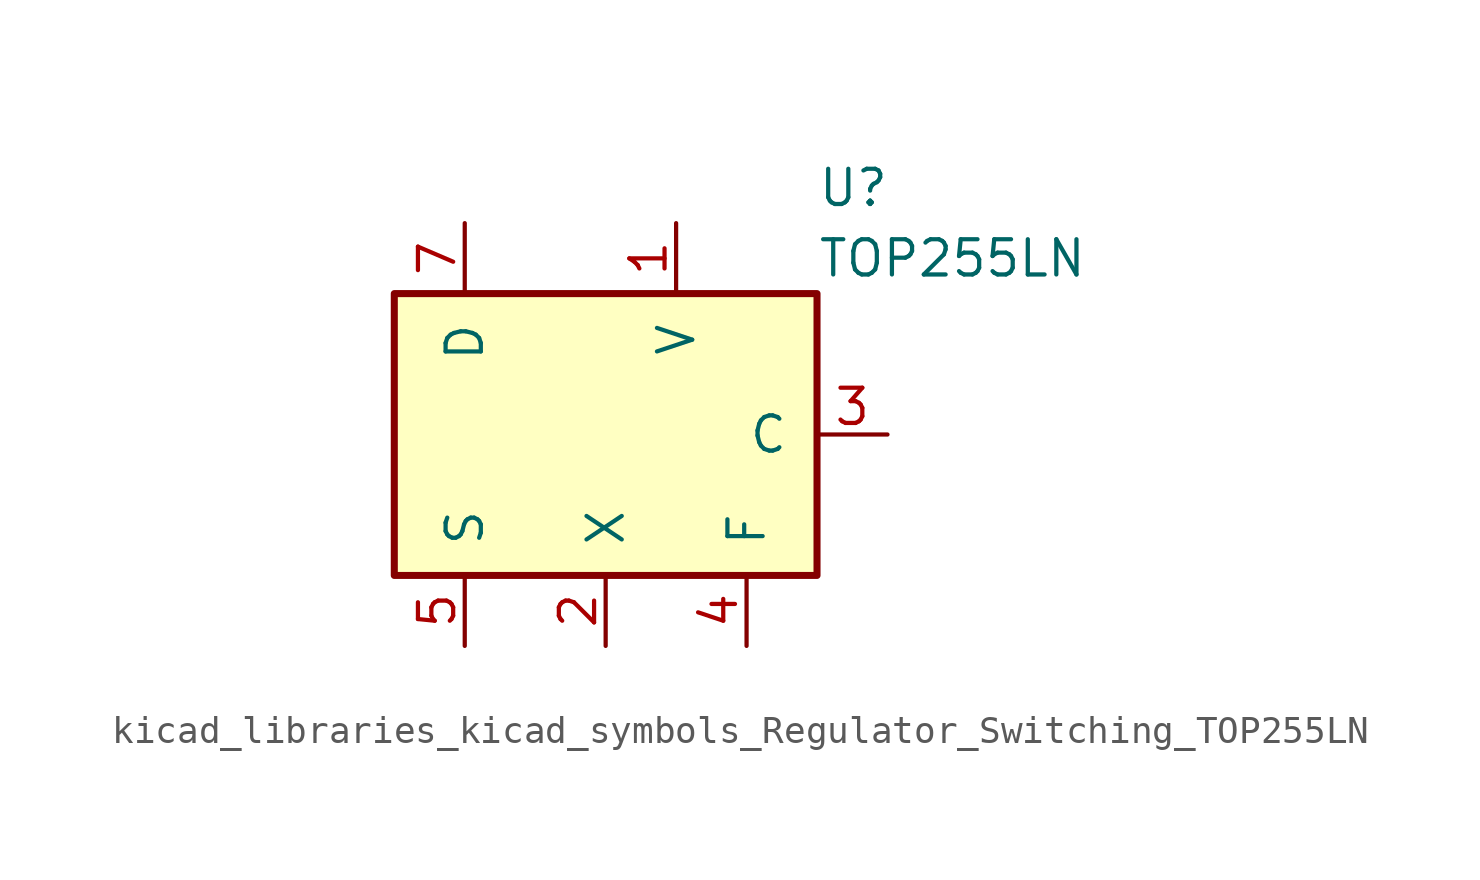
<source format=kicad_sym>
(kicad_symbol_lib
  (version 20220914)
  (generator kicad_symbol_editor)
  (symbol "kicad_libraries_kicad_symbols_Regulator_Switching_TOP255LN"
    (pin_names
      (offset 1.016))
    (property "Reference" "U"
      (at 7.62 8.89 0)
      (effects (font (size 1.27 1.27)) (justify left)))
    (property "Value" "TOP255LN"
      (at 7.62 6.35 0)
      (effects (font (size 1.27 1.27)) (justify left)))
    (symbol "kicad_libraries_kicad_symbols_Regulator_Switching_TOP255LN_0_1"
      (rectangle (start -7.62 5.08) (end 7.62 -5.08) (stroke (width 0.254) (type default)) (fill (type background))))
    (symbol "kicad_libraries_kicad_symbols_Regulator_Switching_TOP255LN_1_1"
      (pin input line (at 2.54 7.62 270) (length 2.54) (name "V" (effects (font (size 1.27 1.27)))) (number "1" (effects (font (size 1.27 1.27)))))
      (pin input line (at 0 -7.62 90) (length 2.54) (name "X" (effects (font (size 1.27 1.27)))) (number "2" (effects (font (size 1.27 1.27)))))
      (pin input line (at 10.16 0 180) (length 2.54) (name "C" (effects (font (size 1.27 1.27)))) (number "3" (effects (font (size 1.27 1.27)))))
      (pin passive line (at 5.08 -7.62 90) (length 2.54) (name "F" (effects (font (size 1.27 1.27)))) (number "4" (effects (font (size 1.27 1.27)))))
      (pin power_in line (at -5.08 -7.62 90) (length 2.54) (name "S" (effects (font (size 1.27 1.27)))) (number "5" (effects (font (size 1.27 1.27)))))
      (pin open_collector line (at -5.08 7.62 270) (length 2.54) (name "D" (effects (font (size 1.27 1.27)))) (number "7" (effects (font (size 1.27 1.27))))))))
</source>
